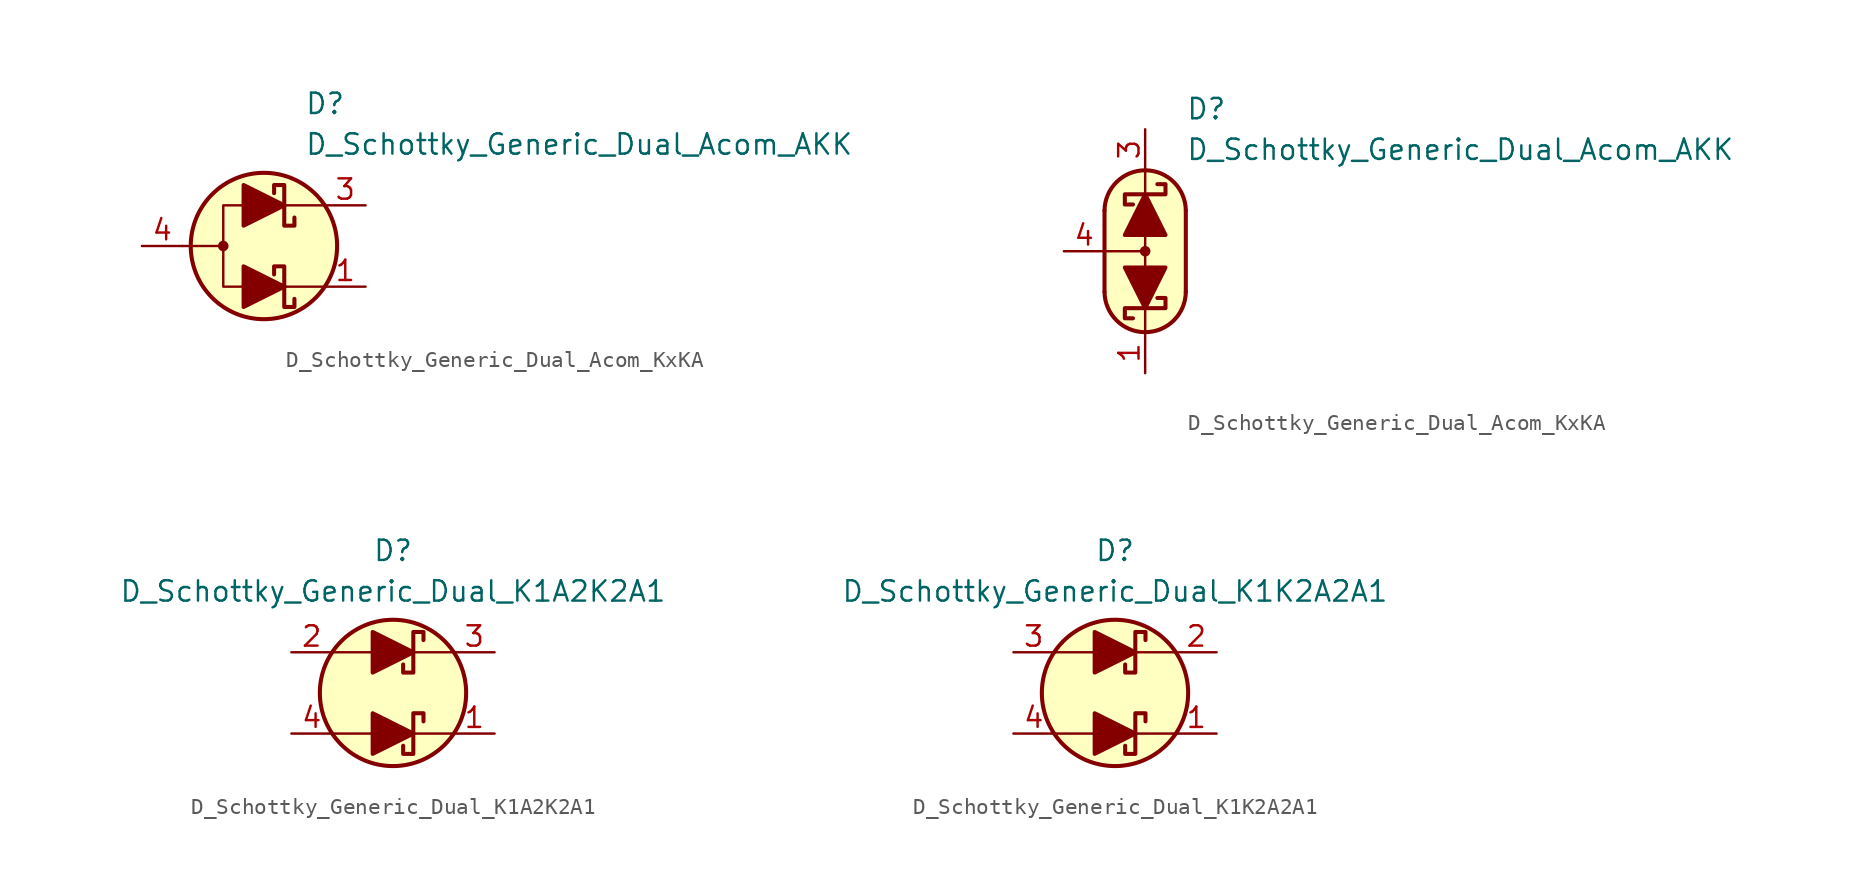
<source format=kicad_sym>
(kicad_symbol_lib
  (version 20231120)
  (generator "kicad_symbol_editor")
  (generator_version "8.0")
  (symbol "D_Schottky_Generic_Dual_Acom_KxKA"
    (pin_names
      (offset 1.016) hide)
    (property "Reference" "D"
      (at 2.54 8.89 0)
      (effects (font (size 1.27 1.27)) (justify left)))
    (property "Value" "D_Schottky_Generic_Dual_Acom_AKK"
      (at 2.54 6.35 0)
      (effects (font (size 1.27 1.27)) (justify left)))
    (symbol "D_Schottky_Generic_Dual_Acom_KxKA_0_1"
      (circle (center -2.54 0) (radius 0.254) (stroke (width 0) (type default)) (fill (type outline)))
      (polyline (pts (xy -5.08 0) (xy -2.54 0)) (stroke (width 0) (type default)) (fill (type none)))
      (polyline (pts (xy 1.27 -2.54) (xy 3.81 -2.54)) (stroke (width 0) (type default)) (fill (type none)))
      (polyline (pts (xy 1.27 2.54) (xy 3.81 2.54)) (stroke (width 0) (type default)) (fill (type none)))
      (polyline (pts (xy -1.27 2.54) (xy -2.54 2.54) (xy -2.54 -2.54) (xy -1.27 -2.54)) (stroke (width 0) (type default)) (fill (type none)))
      (circle (center 0 0) (radius 4.572) (stroke (width 0.254) (type default)) (fill (type background))))
    (symbol "D_Schottky_Generic_Dual_Acom_KxKA_1_1"
      (polyline (pts (xy -1.27 -2.54) (xy 1.27 -2.54)) (stroke (width 0) (type default)) (fill (type none)))
      (polyline (pts (xy -1.27 2.54) (xy 1.27 2.54)) (stroke (width 0) (type default)) (fill (type none)))
      (polyline (pts (xy -1.27 -3.81) (xy -1.27 -1.27) (xy 1.27 -2.54) (xy -1.27 -3.81)) (stroke (width 0.254) (type default)) (fill (type outline)))
      (polyline (pts (xy -1.27 1.27) (xy -1.27 3.81) (xy 1.27 2.54) (xy -1.27 1.27)) (stroke (width 0.254) (type default)) (fill (type outline)))
      (polyline (pts (xy 1.905 -3.302) (xy 1.905 -3.81) (xy 1.27 -3.81) (xy 1.27 -1.27) (xy 0.635 -1.27) (xy 0.635 -1.778)) (stroke (width 0.254) (type default)) (fill (type none)))
      (polyline (pts (xy 1.905 1.778) (xy 1.905 1.27) (xy 1.27 1.27) (xy 1.27 3.81) (xy 0.635 3.81) (xy 0.635 3.302)) (stroke (width 0.254) (type default)) (fill (type none)))
      (pin passive line (at 6.35 -2.54 180) (length 2.54) (name "K1" (effects (font (size 1.27 1.27)))) (number "1" (effects (font (size 1.27 1.27)))))
      (pin free line (at 0 0 180) (length 2.54) hide (name "NC" (effects (font (size 1.27 1.27)))) (number "2" (effects (font (size 1.27 1.27)))))
      (pin passive line (at 6.35 2.54 180) (length 2.54) (name "K2" (effects (font (size 1.27 1.27)))) (number "3" (effects (font (size 1.27 1.27)))))
      (pin passive line (at -7.62 0 0) (length 2.54) (name "A" (effects (font (size 1.27 1.27)))) (number "4" (effects (font (size 1.27 1.27))))))
    (symbol "D_Schottky_Generic_Dual_Acom_KxKA_1_2"
      (arc (start -2.54 -2.54) (mid 0 -5.0576) (end 2.54 -2.54) (stroke (width 0.254) (type default)) (fill (type none)))
      (polyline (pts (xy -2.54 0) (xy 0 0)) (stroke (width 0) (type default)) (fill (type none)))
      (polyline (pts (xy -2.54 2.54) (xy -2.54 -2.54)) (stroke (width 0.254) (type default)) (fill (type none)))
      (polyline (pts (xy 0 -5.08) (xy 0 -3.556)) (stroke (width 0) (type default)) (fill (type none)))
      (polyline (pts (xy 0 1.27) (xy 0 -1.27)) (stroke (width 0) (type default)) (fill (type none)))
      (polyline (pts (xy 0 5.08) (xy 0 3.556)) (stroke (width 0) (type default)) (fill (type none)))
      (polyline (pts (xy 2.54 -2.54) (xy 2.54 2.54)) (stroke (width 0.254) (type default)) (fill (type none)))
      (polyline (pts (xy -1.27 1.016) (xy 1.27 1.016) (xy 0 3.556) (xy -1.27 1.016)) (stroke (width 0.254) (type default)) (fill (type outline)))
      (polyline (pts (xy 1.27 -1.016) (xy -1.27 -1.016) (xy 0 -3.556) (xy 1.27 -1.016)) (stroke (width 0.254) (type default)) (fill (type outline)))
      (polyline (pts (xy 0.762 -2.921) (xy 1.27 -2.921) (xy 1.27 -3.556) (xy -1.27 -3.556) (xy -1.27 -4.191) (xy -0.762 -4.191)) (stroke (width 0.254) (type default)) (fill (type none)))
      (polyline (pts (xy 0.762 4.191) (xy 1.27 4.191) (xy 1.27 3.556) (xy -1.27 3.556) (xy -1.27 2.921) (xy -0.762 2.921)) (stroke (width 0.254) (type default)) (fill (type none)))
      (polyline (pts (xy 0 -5.08) (xy -1.016 -4.826) (xy -1.778 -4.318) (xy -2.286 -3.556) (xy -2.54 -3.048) (xy -2.54 2.794) (xy -2.286 3.556) (xy -1.778 4.318) (xy -1.016 4.826) (xy -0.254 5.08) (xy 0.254 5.08) (xy 1.016 4.826) (xy 1.524 4.572) (xy 2.032 4.064) (xy 2.286 3.556) (xy 2.54 2.794) (xy 2.54 -2.794) (xy 2.286 -3.556) (xy 2.032 -4.064) (xy 1.524 -4.572) (xy 1.016 -4.826) (xy 0 -5.08)) (stroke (width 0.01) (type default)) (fill (type background)))
      (circle (center 0 0) (radius 0.254) (stroke (width 0) (type default)) (fill (type outline)))
      (arc (start 2.54 2.54) (mid 0 5.0576) (end -2.54 2.54) (stroke (width 0.254) (type default)) (fill (type none)))
      (pin passive line (at 0 -7.62 90) (length 2.54) (name "K1" (effects (font (size 1.27 1.27)))) (number "1" (effects (font (size 1.27 1.27)))))
      (pin free line (at 0 0 180) (length 2.54) hide (name "NC" (effects (font (size 1.27 1.27)))) (number "2" (effects (font (size 1.27 1.27)))))
      (pin passive line (at 0 7.62 270) (length 2.54) (name "K2" (effects (font (size 1.27 1.27)))) (number "3" (effects (font (size 1.27 1.27)))))
      (pin passive line (at -5.08 0 0) (length 2.54) (name "A" (effects (font (size 1.27 1.27)))) (number "4" (effects (font (size 1.27 1.27)))))))
  (symbol "D_Schottky_Generic_Dual_K1A2K2A1"
    (pin_names
      (offset 1.016) hide)
    (property "Reference" "D"
      (at 0 8.89 0)
      (effects (font (size 1.27 1.27))))
    (property "Value" "D_Schottky_Generic_Dual_K1A2K2A1"
      (at 0 6.35 0)
      (effects (font (size 1.27 1.27))))
    (symbol "D_Schottky_Generic_Dual_K1A2K2A1_0_1"
      (polyline (pts (xy -3.81 -2.54) (xy -1.27 -2.54)) (stroke (width 0) (type default)) (fill (type none)))
      (polyline (pts (xy -3.81 2.54) (xy -1.27 2.54)) (stroke (width 0) (type default)) (fill (type none)))
      (polyline (pts (xy 1.27 -2.54) (xy 3.81 -2.54)) (stroke (width 0) (type default)) (fill (type none)))
      (polyline (pts (xy 1.27 2.54) (xy 3.81 2.54)) (stroke (width 0) (type default)) (fill (type none)))
      (circle (center 0 0) (radius 4.572) (stroke (width 0.254) (type default)) (fill (type background))))
    (symbol "D_Schottky_Generic_Dual_K1A2K2A1_1_1"
      (polyline (pts (xy -1.27 -2.54) (xy 1.27 -2.54)) (stroke (width 0) (type default)) (fill (type none)))
      (polyline (pts (xy -1.27 2.54) (xy 1.27 2.54)) (stroke (width 0) (type default)) (fill (type none)))
      (polyline (pts (xy -1.27 -3.81) (xy -1.27 -1.27) (xy 1.27 -2.54) (xy -1.27 -3.81)) (stroke (width 0.254) (type default)) (fill (type outline)))
      (polyline (pts (xy -1.27 1.27) (xy -1.27 3.81) (xy 1.27 2.54) (xy -1.27 1.27)) (stroke (width 0.254) (type default)) (fill (type outline)))
      (polyline (pts (xy 1.905 -1.778) (xy 1.905 -1.27) (xy 1.27 -1.27) (xy 1.27 -3.81) (xy 0.635 -3.81) (xy 0.635 -3.302)) (stroke (width 0.254) (type default)) (fill (type none)))
      (polyline (pts (xy 1.905 3.302) (xy 1.905 3.81) (xy 1.27 3.81) (xy 1.27 1.27) (xy 0.635 1.27) (xy 0.635 1.778)) (stroke (width 0.254) (type default)) (fill (type none)))
      (pin passive line (at 6.35 -2.54 180) (length 2.54) (name "K1" (effects (font (size 1.27 1.27)))) (number "1" (effects (font (size 1.27 1.27)))))
      (pin passive line (at -6.35 2.54 0) (length 2.54) (name "A2" (effects (font (size 1.27 1.27)))) (number "2" (effects (font (size 1.27 1.27)))))
      (pin passive line (at 6.35 2.54 180) (length 2.54) (name "K2" (effects (font (size 1.27 1.27)))) (number "3" (effects (font (size 1.27 1.27)))))
      (pin passive line (at -6.35 -2.54 0) (length 2.54) (name "A1" (effects (font (size 1.27 1.27)))) (number "4" (effects (font (size 1.27 1.27)))))))
  (symbol "D_Schottky_Generic_Dual_K1K2A2A1"
    (pin_names
      (offset 1.016) hide)
    (property "Reference" "D"
      (at 0 8.89 0)
      (effects (font (size 1.27 1.27))))
    (property "Value" "D_Schottky_Generic_Dual_K1K2A2A1"
      (at 0 6.35 0)
      (effects (font (size 1.27 1.27))))
    (symbol "D_Schottky_Generic_Dual_K1K2A2A1_0_1"
      (polyline (pts (xy -3.81 -2.54) (xy -1.27 -2.54)) (stroke (width 0) (type default)) (fill (type none)))
      (polyline (pts (xy -3.81 2.54) (xy -1.27 2.54)) (stroke (width 0) (type default)) (fill (type none)))
      (polyline (pts (xy 1.27 -2.54) (xy 3.81 -2.54)) (stroke (width 0) (type default)) (fill (type none)))
      (polyline (pts (xy 1.27 2.54) (xy 3.81 2.54)) (stroke (width 0) (type default)) (fill (type none)))
      (circle (center 0 0) (radius 4.572) (stroke (width 0.254) (type default)) (fill (type background))))
    (symbol "D_Schottky_Generic_Dual_K1K2A2A1_1_1"
      (polyline (pts (xy -1.27 -2.54) (xy 1.27 -2.54)) (stroke (width 0) (type default)) (fill (type none)))
      (polyline (pts (xy -1.27 2.54) (xy 1.27 2.54)) (stroke (width 0) (type default)) (fill (type none)))
      (polyline (pts (xy -1.27 -3.81) (xy -1.27 -1.27) (xy 1.27 -2.54) (xy -1.27 -3.81)) (stroke (width 0.254) (type default)) (fill (type outline)))
      (polyline (pts (xy -1.27 1.27) (xy -1.27 3.81) (xy 1.27 2.54) (xy -1.27 1.27)) (stroke (width 0.254) (type default)) (fill (type outline)))
      (polyline (pts (xy 1.905 -1.778) (xy 1.905 -1.27) (xy 1.27 -1.27) (xy 1.27 -3.81) (xy 0.635 -3.81) (xy 0.635 -3.302)) (stroke (width 0.254) (type default)) (fill (type none)))
      (polyline (pts (xy 1.905 3.302) (xy 1.905 3.81) (xy 1.27 3.81) (xy 1.27 1.27) (xy 0.635 1.27) (xy 0.635 1.778)) (stroke (width 0.254) (type default)) (fill (type none)))
      (pin passive line (at 6.35 -2.54 180) (length 2.54) (name "K1" (effects (font (size 1.27 1.27)))) (number "1" (effects (font (size 1.27 1.27)))))
      (pin passive line (at 6.35 2.54 180) (length 2.54) (name "K2" (effects (font (size 1.27 1.27)))) (number "2" (effects (font (size 1.27 1.27)))))
      (pin passive line (at -6.35 2.54 0) (length 2.54) (name "A2" (effects (font (size 1.27 1.27)))) (number "3" (effects (font (size 1.27 1.27)))))
      (pin passive line (at -6.35 -2.54 0) (length 2.54) (name "A1" (effects (font (size 1.27 1.27)))) (number "4" (effects (font (size 1.27 1.27))))))))
</source>
